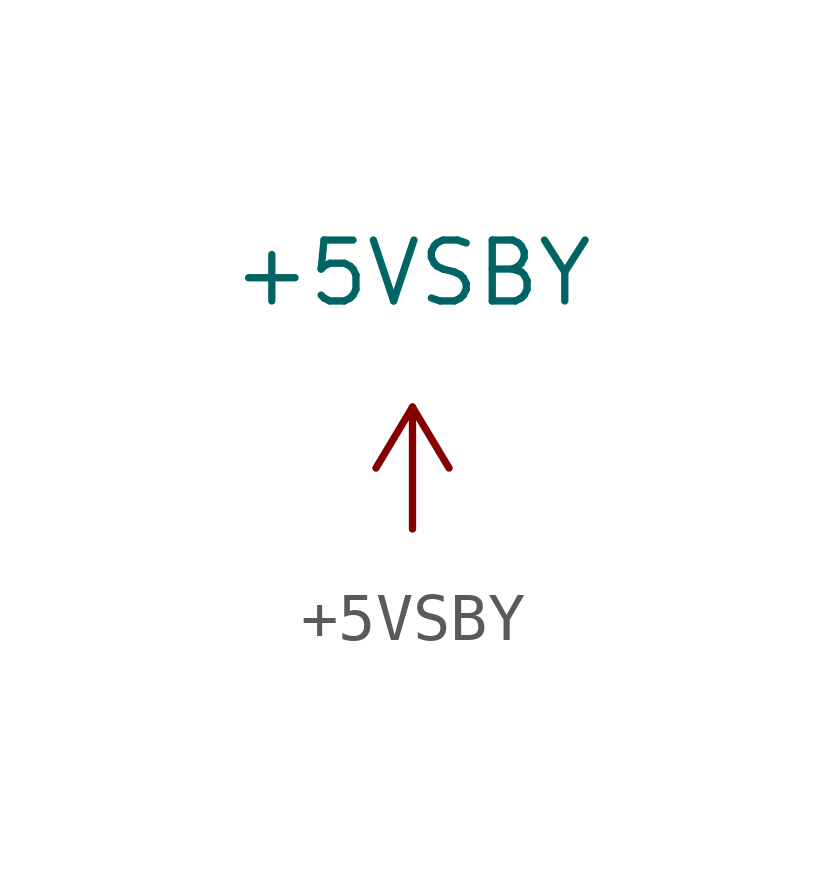
<source format=kicad_sym>
(kicad_symbol_lib
  (version 20220914)
  (generator kicad_symbol_editor)
  (symbol "+5VSBY"
    (power)
    (pin_names
      (offset 0))
    (property "Reference" "#PWR5VSBY"
      (at 0 -3.81 0)
      (effects (font (size 1.27 1.27)) hide))
    (property "Value" "+5VSBY"
      (at 0 5.334 0)
      (effects (font (size 1.27 1.27))))
    (symbol "+5VSBY_0_1"
      (polyline (pts (xy -0.762 1.27) (xy 0 2.54)) (stroke (width 0) (type default)) (fill (type none)))
      (polyline (pts (xy 0 0) (xy 0 2.54)) (stroke (width 0) (type default)) (fill (type none)))
      (polyline (pts (xy 0 2.54) (xy 0.762 1.27)) (stroke (width 0) (type default)) (fill (type none))))
    (symbol "+5VSBY_1_1"
      (pin power_in line (at 0 0 90) (length 0) hide (name "+5VSBY" (effects (font (size 1.27 1.27)))) (number "1" (effects (font (size 1.27 1.27))))))))
</source>
